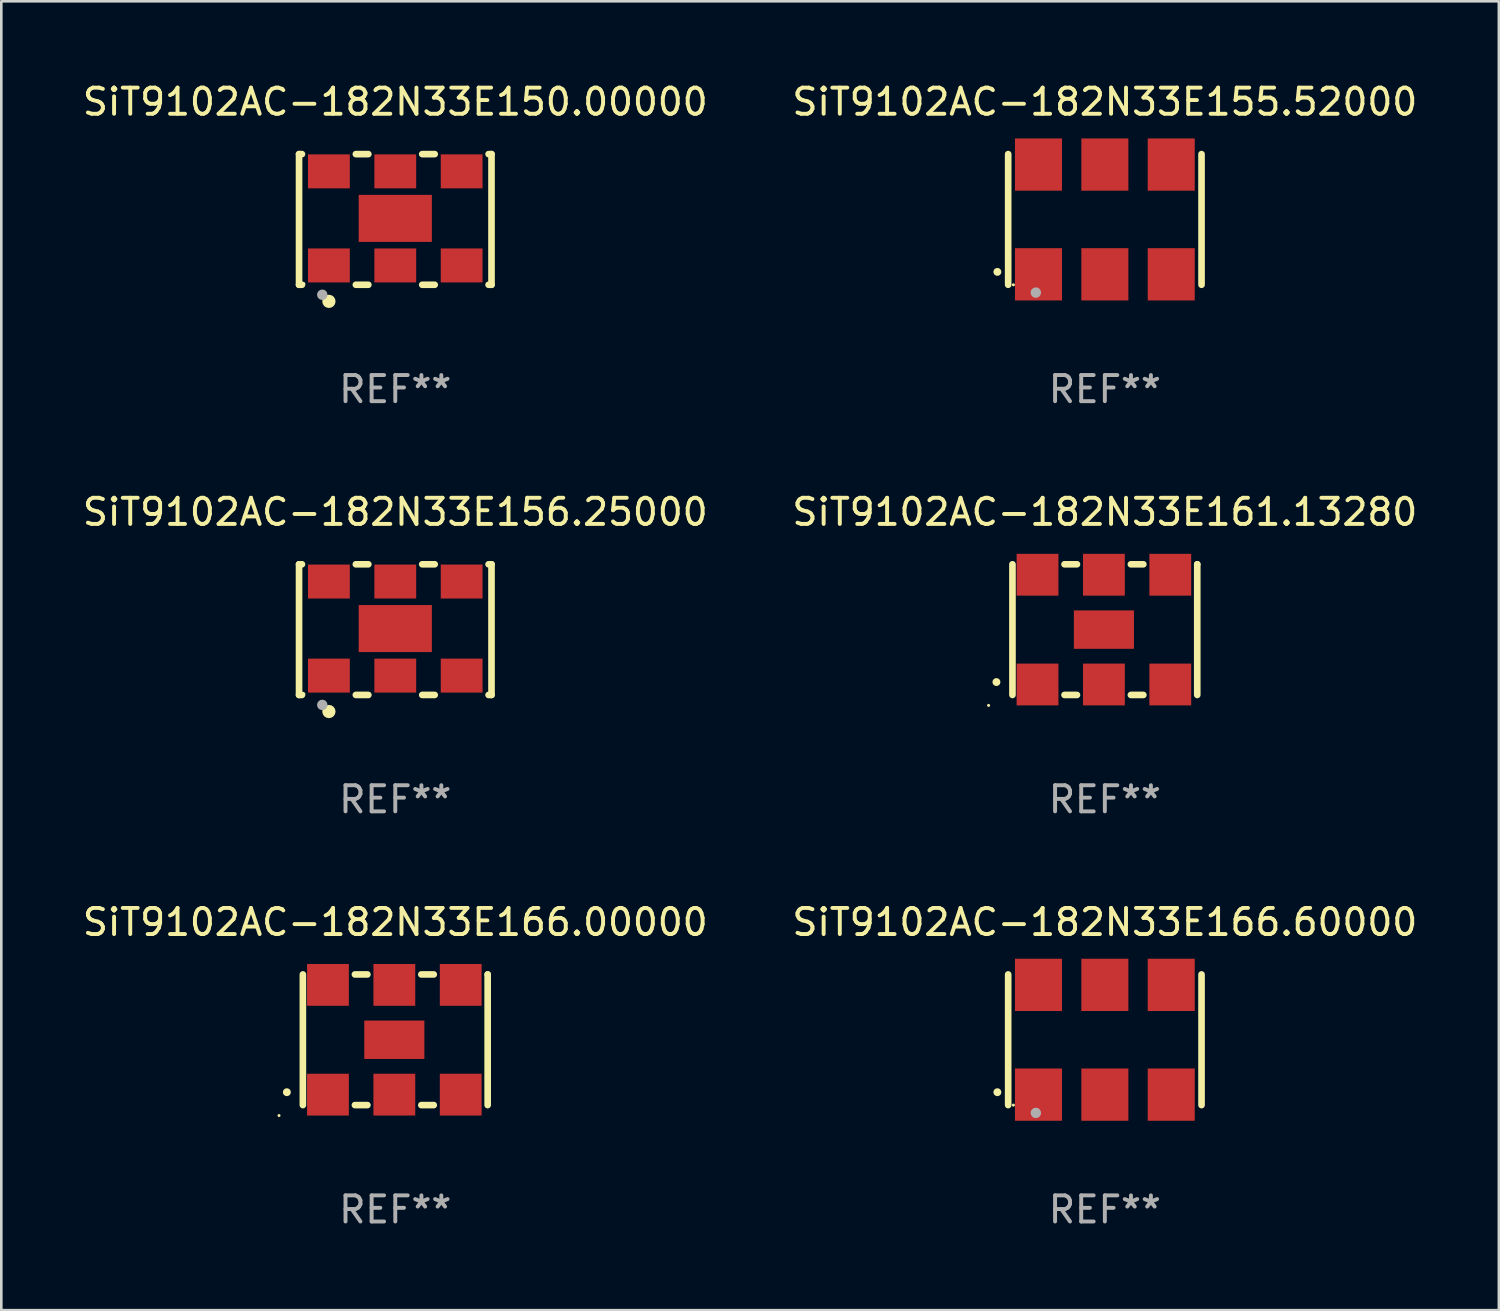
<source format=kicad_pcb>
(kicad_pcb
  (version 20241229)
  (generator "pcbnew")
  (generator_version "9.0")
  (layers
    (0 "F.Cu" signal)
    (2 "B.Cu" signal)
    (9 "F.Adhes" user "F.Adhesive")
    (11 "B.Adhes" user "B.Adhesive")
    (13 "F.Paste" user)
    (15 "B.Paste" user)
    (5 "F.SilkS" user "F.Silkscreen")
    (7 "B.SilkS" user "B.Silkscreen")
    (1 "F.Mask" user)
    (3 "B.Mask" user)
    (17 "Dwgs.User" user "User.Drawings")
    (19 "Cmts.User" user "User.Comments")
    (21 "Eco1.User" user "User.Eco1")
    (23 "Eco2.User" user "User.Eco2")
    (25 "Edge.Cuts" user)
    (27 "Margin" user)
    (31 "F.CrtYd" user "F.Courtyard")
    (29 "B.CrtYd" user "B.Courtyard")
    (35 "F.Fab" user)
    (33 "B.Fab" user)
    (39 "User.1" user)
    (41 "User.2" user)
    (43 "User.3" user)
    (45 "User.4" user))
  (footprint "SiT9102AC-182N33E155.52000"
    (layer "F.Cu")
    (at 39.232 5.348)
    (property "Reference" "SiT9102AC-182N33E155.52000" (at 0 -4.5 0) (layer "F.SilkS") (effects (font (size 1 1) (thickness 0.15))))
    (attr through_hole)
    (fp_line (start -3.7 -2.5) (end -3.7 2.5) (stroke (width 0.254) (type solid)) (layer "F.SilkS"))
    (fp_line (start 3.7 -2.5) (end 3.7 2.5) (stroke (width 0.254) (type solid)) (layer "F.SilkS"))
    (fp_arc (start -4.114415 2.006604) (mid -4.113145 2.006599) (end -4.111875 2.006604) (stroke (width 0.3) (type solid)) (layer "F.SilkS"))
    (fp_circle (center -3.5 2.501) (end -3.47 2.501) (stroke (width 0.06) (type solid)) (fill no) (layer "F.SilkS"))
    (fp_circle (center -2.641 2.799) (end -2.541 2.799) (stroke (width 0.2) (type solid)) (fill no) (layer "F.Fab"))
    (fp_text user "REF**" (at 0 6.5 0) (layer "F.Fab") (effects (font (size 1 1) (thickness 0.15))))
    (pad "1" smd rect (at -2.54 2.1) (size 1.8 2) (layers "F.Cu" "F.Mask" "F.Paste"))
    (pad "2" smd rect (at 0.000394 2.1) (size 1.8 2) (layers "F.Cu" "F.Mask" "F.Paste"))
    (pad "3" smd rect (at 2.54 2.1) (size 1.8 2) (layers "F.Cu" "F.Mask" "F.Paste"))
    (pad "4" smd rect (at 2.54 -2.1) (size 1.8 2) (layers "F.Cu" "F.Mask" "F.Paste"))
    (pad "5" smd rect (at 0.000394 -2.1) (size 1.8 2) (layers "F.Cu" "F.Mask" "F.Paste"))
    (pad "6" smd rect (at -2.54 -2.1) (size 1.8 2) (layers "F.Cu" "F.Mask" "F.Paste")))
  (footprint "SiT9102AC-182N33E166.60000"
    (layer "F.Cu")
    (at 39.232 36.741)
    (property "Reference" "SiT9102AC-182N33E166.60000" (at 0 -4.5 0) (layer "F.SilkS") (effects (font (size 1 1) (thickness 0.15))))
    (attr through_hole)
    (fp_line (start -3.7 -2.5) (end -3.7 2.5) (stroke (width 0.254) (type solid)) (layer "F.SilkS"))
    (fp_line (start 3.7 -2.5) (end 3.7 2.5) (stroke (width 0.254) (type solid)) (layer "F.SilkS"))
    (fp_arc (start -4.114415 2.006604) (mid -4.113145 2.006599) (end -4.111875 2.006604) (stroke (width 0.3) (type solid)) (layer "F.SilkS"))
    (fp_circle (center -3.5 2.501) (end -3.47 2.501) (stroke (width 0.06) (type solid)) (fill no) (layer "F.SilkS"))
    (fp_circle (center -2.641 2.799) (end -2.541 2.799) (stroke (width 0.2) (type solid)) (fill no) (layer "F.Fab"))
    (fp_text user "REF**" (at 0 6.5 0) (layer "F.Fab") (effects (font (size 1 1) (thickness 0.15))))
    (pad "1" smd rect (at -2.54 2.1) (size 1.8 2) (layers "F.Cu" "F.Mask" "F.Paste"))
    (pad "2" smd rect (at 0.000394 2.1) (size 1.8 2) (layers "F.Cu" "F.Mask" "F.Paste"))
    (pad "3" smd rect (at 2.54 2.1) (size 1.8 2) (layers "F.Cu" "F.Mask" "F.Paste"))
    (pad "4" smd rect (at 2.54 -2.1) (size 1.8 2) (layers "F.Cu" "F.Mask" "F.Paste"))
    (pad "5" smd rect (at 0.000394 -2.1) (size 1.8 2) (layers "F.Cu" "F.Mask" "F.Paste"))
    (pad "6" smd rect (at -2.54 -2.1) (size 1.8 2) (layers "F.Cu" "F.Mask" "F.Paste")))
  (footprint "SiT9102AC-182N33E161.13280"
    (layer "F.Cu")
    (at 39.232 21.045)
    (property "Reference" "SiT9102AC-182N33E161.13280" (at 0 -4.5 0) (layer "F.SilkS") (effects (font (size 1 1) (thickness 0.15))))
    (attr through_hole)
    (fp_line (start -3.536 -2.5) (end -3.536 2.5) (stroke (width 0.254) (type solid)) (layer "F.SilkS"))
    (fp_line (start -1.544 2.5) (end -1.067 2.5) (stroke (width 0.254) (type solid)) (layer "F.SilkS"))
    (fp_line (start -1.067 -2.5) (end -1.544 -2.5) (stroke (width 0.254) (type solid)) (layer "F.SilkS"))
    (fp_line (start 0.996 2.5) (end 1.473 2.5) (stroke (width 0.254) (type solid)) (layer "F.SilkS"))
    (fp_line (start 1.473 -2.5) (end 0.996 -2.5) (stroke (width 0.254) (type solid)) (layer "F.SilkS"))
    (fp_line (start 3.536 -2.5) (end 3.536 -2.5) (stroke (width 0.254) (type solid)) (layer "F.SilkS"))
    (fp_line (start 3.536 2.5) (end 3.536 -2.5) (stroke (width 0.254) (type solid)) (layer "F.SilkS"))
    (fp_arc (start -4.150432 2.006604) (mid -4.149162 2.006599) (end -4.147892 2.006604) (stroke (width 0.3) (type solid)) (layer "F.SilkS"))
    (fp_circle (center -4.449 2.9) (end -4.419 2.9) (stroke (width 0.06) (type solid)) (fill no) (layer "F.SilkS"))
    (fp_text user "REF**" (at 0 6.5 0) (layer "F.Fab") (effects (font (size 1 1) (thickness 0.15))))
    (pad "1" smd rect (at -2.576 2.1) (size 1.6 1.6) (layers "F.Cu" "F.Mask" "F.Paste"))
    (pad "2" smd rect (at -0.036 2.1) (size 1.6 1.6) (layers "F.Cu" "F.Mask" "F.Paste"))
    (pad "3" smd rect (at 2.504 2.1) (size 1.6 1.6) (layers "F.Cu" "F.Mask" "F.Paste"))
    (pad "4" smd rect (at 2.504 -2.1) (size 1.6 1.6) (layers "F.Cu" "F.Mask" "F.Paste"))
    (pad "5" smd rect (at -0.036 -2.1) (size 1.6 1.6) (layers "F.Cu" "F.Mask" "F.Paste"))
    (pad "6" smd rect (at -2.576 -2.1) (size 1.6 1.6) (layers "F.Cu" "F.Mask" "F.Paste"))
    (pad "7" smd rect (at -0.036 0) (size 2.3 1.47) (layers "F.Cu" "F.Mask" "F.Paste")))
  (footprint "SiT9102AC-182N33E150.00000"
    (layer "F.Cu")
    (at 12.077 5.348)
    (property "Reference" "SiT9102AC-182N33E150.00000" (at 0 -4.5 0) (layer "F.SilkS") (effects (font (size 1 1) (thickness 0.15))))
    (attr through_hole)
    (fp_line (start -3.683 -2.5) (end -3.571 -2.5) (stroke (width 0.254) (type solid)) (layer "F.SilkS"))
    (fp_line (start -3.683 2.5) (end -3.683 -2.5) (stroke (width 0.254) (type solid)) (layer "F.SilkS"))
    (fp_line (start -3.683 2.5) (end -3.571 2.5) (stroke (width 0.254) (type solid)) (layer "F.SilkS"))
    (fp_line (start -1.509 -2.5) (end -1.031 -2.5) (stroke (width 0.254) (type solid)) (layer "F.SilkS"))
    (fp_line (start -1.509 2.5) (end -1.031 2.5) (stroke (width 0.254) (type solid)) (layer "F.SilkS"))
    (fp_line (start 1.031 -2.5) (end 1.509 -2.5) (stroke (width 0.254) (type solid)) (layer "F.SilkS"))
    (fp_line (start 1.031 2.5) (end 1.509 2.5) (stroke (width 0.254) (type solid)) (layer "F.SilkS"))
    (fp_line (start 3.571 -2.5) (end 3.683 -2.5) (stroke (width 0.254) (type solid)) (layer "F.SilkS"))
    (fp_line (start 3.571 2.5) (end 3.683 2.5) (stroke (width 0.254) (type solid)) (layer "F.SilkS"))
    (fp_line (start 3.683 2.5) (end 3.683 -2.5) (stroke (width 0.254) (type solid)) (layer "F.SilkS"))
    (fp_circle (center -3.5 2.46) (end -3.47 2.46) (stroke (width 0.06) (type solid)) (fill no) (layer "F.SilkS"))
    (fp_circle (center -2.54 3.135) (end -2.413 3.135) (stroke (width 0.254) (type solid)) (fill no) (layer "F.SilkS"))
    (fp_circle (center -2.794 2.881) (end -2.694 2.881) (stroke (width 0.2) (type solid)) (fill no) (layer "F.Fab"))
    (fp_text user "REF**" (at 0 6.5 0) (layer "F.Fab") (effects (font (size 1 1) (thickness 0.15))))
    (pad "1" smd rect (at -2.54 1.76) (size 1.6 1.3) (layers "F.Cu" "F.Mask" "F.Paste"))
    (pad "2" smd rect (at 0 1.76) (size 1.6 1.3) (layers "F.Cu" "F.Mask" "F.Paste"))
    (pad "3" smd rect (at 2.54 1.76) (size 1.6 1.3) (layers "F.Cu" "F.Mask" "F.Paste"))
    (pad "4" smd rect (at 2.54 -1.84) (size 1.6 1.3) (layers "F.Cu" "F.Mask" "F.Paste"))
    (pad "5" smd rect (at 0 -1.84) (size 1.6 1.3) (layers "F.Cu" "F.Mask" "F.Paste"))
    (pad "6" smd rect (at -2.54 -1.84) (size 1.6 1.3) (layers "F.Cu" "F.Mask" "F.Paste"))
    (pad "7" smd rect (at 0 -0.04) (size 2.8 1.8) (layers "F.Cu" "F.Mask" "F.Paste")))
  (footprint "SiT9102AC-182N33E166.00000"
    (layer "F.Cu")
    (at 12.077 36.741)
    (property "Reference" "SiT9102AC-182N33E166.00000" (at 0 -4.5 0) (layer "F.SilkS") (effects (font (size 1 1) (thickness 0.15))))
    (attr through_hole)
    (fp_line (start -3.536 -2.5) (end -3.536 2.5) (stroke (width 0.254) (type solid)) (layer "F.SilkS"))
    (fp_line (start -1.544 2.5) (end -1.067 2.5) (stroke (width 0.254) (type solid)) (layer "F.SilkS"))
    (fp_line (start -1.067 -2.5) (end -1.544 -2.5) (stroke (width 0.254) (type solid)) (layer "F.SilkS"))
    (fp_line (start 0.996 2.5) (end 1.473 2.5) (stroke (width 0.254) (type solid)) (layer "F.SilkS"))
    (fp_line (start 1.473 -2.5) (end 0.996 -2.5) (stroke (width 0.254) (type solid)) (layer "F.SilkS"))
    (fp_line (start 3.536 -2.5) (end 3.536 -2.5) (stroke (width 0.254) (type solid)) (layer "F.SilkS"))
    (fp_line (start 3.536 2.5) (end 3.536 -2.5) (stroke (width 0.254) (type solid)) (layer "F.SilkS"))
    (fp_arc (start -4.150432 2.006604) (mid -4.149162 2.006599) (end -4.147892 2.006604) (stroke (width 0.3) (type solid)) (layer "F.SilkS"))
    (fp_circle (center -4.449 2.9) (end -4.419 2.9) (stroke (width 0.06) (type solid)) (fill no) (layer "F.SilkS"))
    (fp_text user "REF**" (at 0 6.5 0) (layer "F.Fab") (effects (font (size 1 1) (thickness 0.15))))
    (pad "1" smd rect (at -2.576 2.1) (size 1.6 1.6) (layers "F.Cu" "F.Mask" "F.Paste"))
    (pad "2" smd rect (at -0.036 2.1) (size 1.6 1.6) (layers "F.Cu" "F.Mask" "F.Paste"))
    (pad "3" smd rect (at 2.504 2.1) (size 1.6 1.6) (layers "F.Cu" "F.Mask" "F.Paste"))
    (pad "4" smd rect (at 2.504 -2.1) (size 1.6 1.6) (layers "F.Cu" "F.Mask" "F.Paste"))
    (pad "5" smd rect (at -0.036 -2.1) (size 1.6 1.6) (layers "F.Cu" "F.Mask" "F.Paste"))
    (pad "6" smd rect (at -2.576 -2.1) (size 1.6 1.6) (layers "F.Cu" "F.Mask" "F.Paste"))
    (pad "7" smd rect (at -0.036 0) (size 2.3 1.47) (layers "F.Cu" "F.Mask" "F.Paste")))
  (footprint "SiT9102AC-182N33E156.25000"
    (layer "F.Cu")
    (at 12.077 21.045)
    (property "Reference" "SiT9102AC-182N33E156.25000" (at 0 -4.5 0) (layer "F.SilkS") (effects (font (size 1 1) (thickness 0.15))))
    (attr through_hole)
    (fp_line (start -3.683 -2.5) (end -3.571 -2.5) (stroke (width 0.254) (type solid)) (layer "F.SilkS"))
    (fp_line (start -3.683 2.5) (end -3.683 -2.5) (stroke (width 0.254) (type solid)) (layer "F.SilkS"))
    (fp_line (start -3.683 2.5) (end -3.571 2.5) (stroke (width 0.254) (type solid)) (layer "F.SilkS"))
    (fp_line (start -1.509 -2.5) (end -1.031 -2.5) (stroke (width 0.254) (type solid)) (layer "F.SilkS"))
    (fp_line (start -1.509 2.5) (end -1.031 2.5) (stroke (width 0.254) (type solid)) (layer "F.SilkS"))
    (fp_line (start 1.031 -2.5) (end 1.509 -2.5) (stroke (width 0.254) (type solid)) (layer "F.SilkS"))
    (fp_line (start 1.031 2.5) (end 1.509 2.5) (stroke (width 0.254) (type solid)) (layer "F.SilkS"))
    (fp_line (start 3.571 -2.5) (end 3.683 -2.5) (stroke (width 0.254) (type solid)) (layer "F.SilkS"))
    (fp_line (start 3.571 2.5) (end 3.683 2.5) (stroke (width 0.254) (type solid)) (layer "F.SilkS"))
    (fp_line (start 3.683 2.5) (end 3.683 -2.5) (stroke (width 0.254) (type solid)) (layer "F.SilkS"))
    (fp_circle (center -3.5 2.46) (end -3.47 2.46) (stroke (width 0.06) (type solid)) (fill no) (layer "F.SilkS"))
    (fp_circle (center -2.54 3.135) (end -2.413 3.135) (stroke (width 0.254) (type solid)) (fill no) (layer "F.SilkS"))
    (fp_circle (center -2.794 2.881) (end -2.694 2.881) (stroke (width 0.2) (type solid)) (fill no) (layer "F.Fab"))
    (fp_text user "REF**" (at 0 6.5 0) (layer "F.Fab") (effects (font (size 1 1) (thickness 0.15))))
    (pad "1" smd rect (at -2.54 1.76) (size 1.6 1.3) (layers "F.Cu" "F.Mask" "F.Paste"))
    (pad "2" smd rect (at 0 1.76) (size 1.6 1.3) (layers "F.Cu" "F.Mask" "F.Paste"))
    (pad "3" smd rect (at 2.54 1.76) (size 1.6 1.3) (layers "F.Cu" "F.Mask" "F.Paste"))
    (pad "4" smd rect (at 2.54 -1.84) (size 1.6 1.3) (layers "F.Cu" "F.Mask" "F.Paste"))
    (pad "5" smd rect (at 0 -1.84) (size 1.6 1.3) (layers "F.Cu" "F.Mask" "F.Paste"))
    (pad "6" smd rect (at -2.54 -1.84) (size 1.6 1.3) (layers "F.Cu" "F.Mask" "F.Paste"))
    (pad "7" smd rect (at 0 -0.04) (size 2.8 1.8) (layers "F.Cu" "F.Mask" "F.Paste")))
  (gr_rect
    (start -3 -3)
    (end 54.31 47.09)
    (stroke (width 0.1) (type default))
    (fill no)
    (layer "Edge.Cuts")))
</source>
